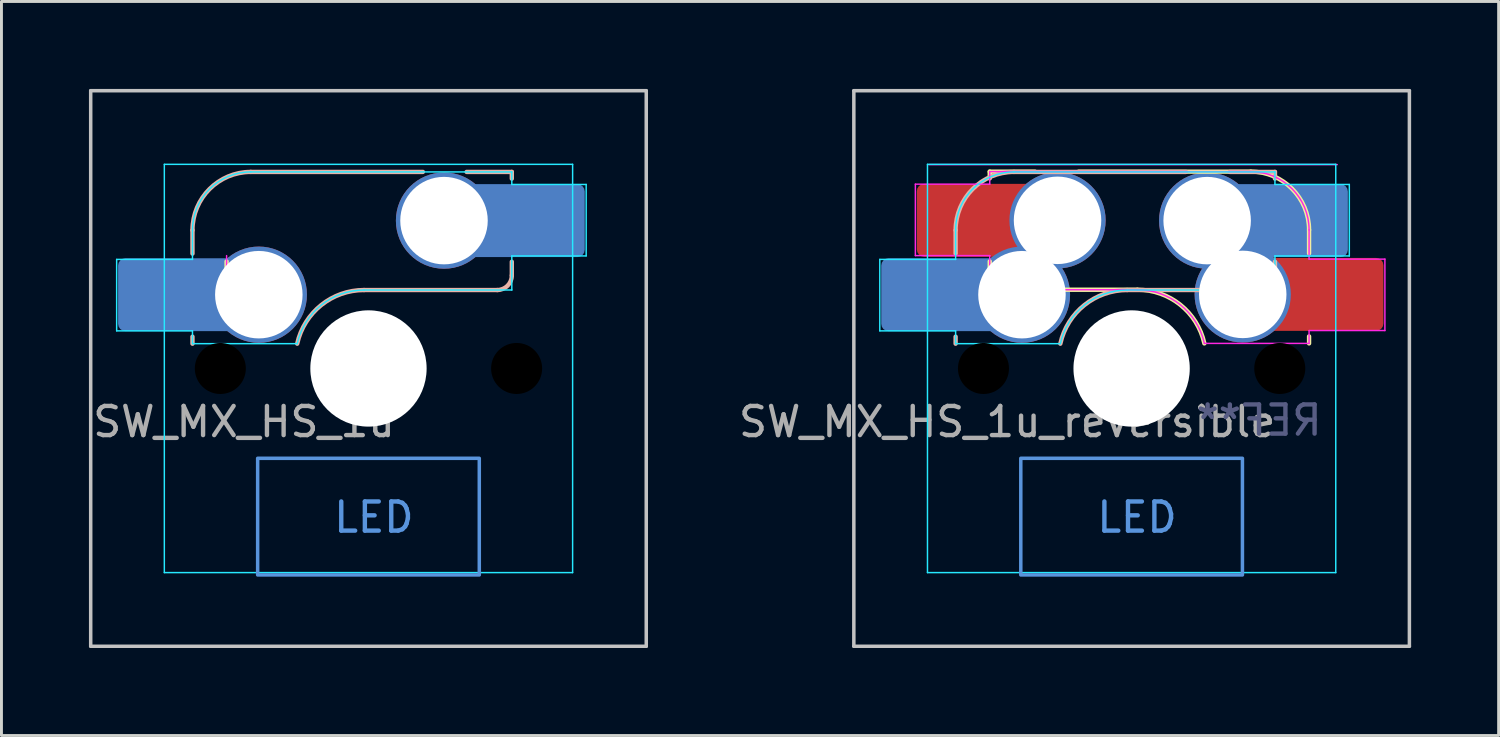
<source format=kicad_pcb>
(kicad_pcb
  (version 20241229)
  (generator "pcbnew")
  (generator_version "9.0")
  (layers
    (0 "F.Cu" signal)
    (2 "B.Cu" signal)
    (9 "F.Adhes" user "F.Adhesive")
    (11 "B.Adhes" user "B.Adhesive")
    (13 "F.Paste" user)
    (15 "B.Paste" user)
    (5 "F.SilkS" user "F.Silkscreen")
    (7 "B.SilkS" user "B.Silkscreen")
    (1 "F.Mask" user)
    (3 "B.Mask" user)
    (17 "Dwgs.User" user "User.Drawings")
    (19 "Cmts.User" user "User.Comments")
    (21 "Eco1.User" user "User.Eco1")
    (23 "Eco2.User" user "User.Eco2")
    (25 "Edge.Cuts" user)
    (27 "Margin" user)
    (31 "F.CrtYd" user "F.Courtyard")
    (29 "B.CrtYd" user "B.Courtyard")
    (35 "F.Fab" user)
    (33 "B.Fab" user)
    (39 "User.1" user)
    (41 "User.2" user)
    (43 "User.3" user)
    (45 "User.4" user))
  (footprint "SW_MX_HS_1u"
    (layer "F.Cu")
    (at 9.585 9.585)
    (property "Reference" "SW_MX_HS_1u" (at -4.267 1.829 0) (layer "F.Fab") (effects (font (size 1 1) (thickness 0.15))))
    (attr smd)
    (fp_line (start -4.865 -3.67) (end -4.865 -3.2) (stroke (width 0.15) (type solid)) (layer "F.SilkS"))
    (fp_arc (start -4.364824 -2.70022) (mid -4.718377 -2.846667) (end -4.864824 -3.20022) (stroke (width 0.15) (type solid)) (layer "F.SilkS"))
    (fp_line (start -6.035 -3.94) (end -6.035 -4.74) (stroke (width 0.15) (type solid)) (layer "B.SilkS"))
    (fp_line (start -6.035 -1.09) (end -6.035 -0.85) (stroke (width 0.15) (type solid)) (layer "B.SilkS"))
    (fp_line (start -4.035 -6.74) (end 1.865 -6.74) (stroke (width 0.15) (type solid)) (layer "B.SilkS"))
    (fp_line (start 3.365 -6.74) (end 4.915 -6.74) (stroke (width 0.15) (type solid)) (layer "B.SilkS"))
    (fp_line (start 4.415 -2.69) (end -0.15 -2.69) (stroke (width 0.15) (type solid)) (layer "B.SilkS"))
    (fp_line (start 4.915 -6.74) (end 4.915 -6.51) (stroke (width 0.15) (type solid)) (layer "B.SilkS"))
    (fp_line (start 4.915 -3.66) (end 4.915 -3.19) (stroke (width 0.15) (type solid)) (layer "B.SilkS"))
    (fp_arc (start -6.035 -4.74) (mid -5.449216 -6.154216) (end -4.035 -6.74) (stroke (width 0.15) (type solid)) (layer "B.SilkS"))
    (fp_arc (start -2.444146 -0.85) (mid -1.620517 -2.173417) (end -0.149824 -2.69) (stroke (width 0.15) (type solid)) (layer "B.SilkS"))
    (fp_arc (start 4.915 -3.19) (mid 4.768553 -2.836447) (end 4.415 -2.69) (stroke (width 0.15) (type solid)) (layer "B.SilkS"))
    (fp_line (start -9.525 -9.525) (end 9.525 -9.525) (stroke (width 0.12) (type solid)) (layer "Dwgs.User"))
    (fp_line (start -9.525 9.525) (end -9.525 -9.525) (stroke (width 0.12) (type solid)) (layer "Dwgs.User"))
    (fp_line (start 9.525 -9.525) (end 9.525 9.525) (stroke (width 0.12) (type solid)) (layer "Dwgs.User"))
    (fp_line (start 9.525 9.525) (end -9.525 9.525) (stroke (width 0.12) (type solid)) (layer "Dwgs.User"))
    (fp_rect (start -3.8 3.08) (end 3.8 7.08) (stroke (width 0.12) (type default)) (fill no) (layer "Cmts.User"))
    (fp_line (start -7 -6.5) (end -7 6.5) (stroke (width 0.05) (type solid)) (layer "Eco2.User"))
    (fp_line (start -6.5 7) (end 6.5 7) (stroke (width 0.05) (type solid)) (layer "Eco2.User"))
    (fp_line (start -6.45 -6.99) (end 6.55 -6.99) (stroke (width 0.05) (type solid)) (layer "Eco2.User"))
    (fp_line (start 6.5 -7) (end -6.5 -7) (stroke (width 0.05) (type solid)) (layer "Eco2.User"))
    (fp_line (start 7 6.5) (end 7 -6.5) (stroke (width 0.05) (type solid)) (layer "Eco2.User"))
    (fp_arc (start -7 -6.5) (mid -6.853553 -6.853553) (end -6.5 -7) (stroke (width 0.05) (type solid)) (layer "Eco2.User"))
    (fp_arc (start -6.949824 -6.48978) (mid -6.803377 -6.843333) (end -6.449824 -6.98978) (stroke (width 0.05) (type solid)) (layer "Eco2.User"))
    (fp_arc (start -6.497236 6.998884) (mid -6.850789 6.852437) (end -6.997236 6.498884) (stroke (width 0.05) (type solid)) (layer "Eco2.User"))
    (fp_arc (start 6.5 -7) (mid 6.853553 -6.853553) (end 7 -6.5) (stroke (width 0.05) (type solid)) (layer "Eco2.User"))
    (fp_arc (start 6.550176 -6.98978) (mid 6.903729 -6.843333) (end 7.050176 -6.48978) (stroke (width 0.05) (type solid)) (layer "Eco2.User"))
    (fp_arc (start 7 6.5) (mid 6.853553 6.853553) (end 6.5 7) (stroke (width 0.05) (type solid)) (layer "Eco2.User"))
    (fp_line (start -8.635 -3.74) (end -8.635 -1.29) (stroke (width 0.05) (type solid)) (layer "B.CrtYd"))
    (fp_line (start -8.635 -1.29) (end -6.035 -1.29) (stroke (width 0.05) (type solid)) (layer "B.CrtYd"))
    (fp_line (start -7 -7) (end 7 -7) (stroke (width 0.05) (type solid)) (layer "B.CrtYd"))
    (fp_line (start -7 7) (end -7 -7) (stroke (width 0.05) (type solid)) (layer "B.CrtYd"))
    (fp_line (start -6.035 -3.74) (end -8.635 -3.74) (stroke (width 0.05) (type solid)) (layer "B.CrtYd"))
    (fp_line (start -6.035 -3.74) (end -6.035 -4.74) (stroke (width 0.05) (type solid)) (layer "B.CrtYd"))
    (fp_line (start -6.035 -1.29) (end -6.035 -0.85) (stroke (width 0.05) (type solid)) (layer "B.CrtYd"))
    (fp_line (start -6.035 -0.85) (end -2.444 -0.85) (stroke (width 0.05) (type solid)) (layer "B.CrtYd"))
    (fp_line (start -4.035 -6.74) (end 4.915 -6.74) (stroke (width 0.05) (type solid)) (layer "B.CrtYd"))
    (fp_line (start 4.915 -6.74) (end 4.915 -6.31) (stroke (width 0.05) (type solid)) (layer "B.CrtYd"))
    (fp_line (start 4.915 -3.86) (end 4.915 -2.69) (stroke (width 0.05) (type solid)) (layer "B.CrtYd"))
    (fp_line (start 4.915 -3.86) (end 7.465 -3.86) (stroke (width 0.05) (type solid)) (layer "B.CrtYd"))
    (fp_line (start 4.915 -2.69) (end -0.15 -2.69) (stroke (width 0.05) (type solid)) (layer "B.CrtYd"))
    (fp_line (start 7 -7) (end 7 7) (stroke (width 0.05) (type solid)) (layer "B.CrtYd"))
    (fp_line (start 7 7) (end -7 7) (stroke (width 0.05) (type solid)) (layer "B.CrtYd"))
    (fp_line (start 7.465 -6.31) (end 4.915 -6.31) (stroke (width 0.05) (type solid)) (layer "B.CrtYd"))
    (fp_line (start 7.465 -3.86) (end 7.465 -6.31) (stroke (width 0.05) (type solid)) (layer "B.CrtYd"))
    (fp_arc (start -6.035 -4.74) (mid -5.449216 -6.154216) (end -4.035 -6.74) (stroke (width 0.05) (type solid)) (layer "B.CrtYd"))
    (fp_arc (start -2.444146 -0.85) (mid -1.620326 -2.173179) (end -0.149824 -2.69) (stroke (width 0.05) (type solid)) (layer "B.CrtYd"))
    (fp_line (start -4.865 -3.87) (end -4.865 -2.7) (stroke (width 0.05) (type solid)) (layer "F.CrtYd"))
    (fp_text user "LED" (at -1.27 5.69 0) (unlocked yes) (layer "Cmts.User") (effects (font (size 1 1) (thickness 0.15)) (justify left bottom)))
    (pad "" np_thru_hole circle (at -5.08 0) (size 1.75 1.75) (drill 1.75) (layers "*.Mask"))
    (pad "" np_thru_hole circle (at 0 0) (size 3.988 3.988) (drill 3.988) (layers "*.Cu" "*.Mask"))
    (pad "" np_thru_hole circle (at 5.08 0) (size 1.75 1.75) (drill 1.75) (layers "*.Mask"))
    (pad "1" thru_hole circle (at 2.59 -5.07) (size 3.3 3.3) (drill 3) (layers "*.Cu" "*.Mask"))
    (pad "1" smd roundrect (at 5.315 -5.07) (size 4.2 2.5) (layers "B.Cu" "B.Mask" "B.Paste") (roundrect_rratio 0.1))
    (pad "2" smd roundrect (at -6.485 -2.53) (size 4.2 2.5) (layers "B.Cu" "B.Mask" "B.Paste") (roundrect_rratio 0.1))
    (pad "2" thru_hole circle (at -3.76 -2.53) (size 3.3 3.3) (drill 3) (layers "*.Cu" "*.Mask")))
  (footprint "SW_MX_HS_1u_reversible"
    (layer "F.Cu")
    (at 35.753 9.585)
    (property "Reference" "SW_MX_HS_1u_reversible" (at -4.267 1.829 0) (layer "F.Fab") (effects (font (size 1 1) (thickness 0.15))))
    (attr smd)
    (fp_line (start -4.865 -6.75) (end -4.865 -6.52) (stroke (width 0.15) (type solid)) (layer "F.SilkS"))
    (fp_line (start -4.865 -3.67) (end -4.865 -3.2) (stroke (width 0.15) (type solid)) (layer "F.SilkS"))
    (fp_line (start -4.365 -2.7) (end 0.2 -2.7) (stroke (width 0.15) (type solid)) (layer "F.SilkS"))
    (fp_line (start -3.315 -6.75) (end -4.865 -6.75) (stroke (width 0.15) (type solid)) (layer "F.SilkS"))
    (fp_line (start 4.085 -6.75) (end -1.815 -6.75) (stroke (width 0.15) (type solid)) (layer "F.SilkS"))
    (fp_line (start 6.085 -3.95) (end 6.085 -4.75) (stroke (width 0.15) (type solid)) (layer "F.SilkS"))
    (fp_line (start 6.085 -1.1) (end 6.085 -0.86) (stroke (width 0.15) (type solid)) (layer "F.SilkS"))
    (fp_arc (start -4.364824 -2.70022) (mid -4.718377 -2.846667) (end -4.864824 -3.20022) (stroke (width 0.15) (type solid)) (layer "F.SilkS"))
    (fp_arc (start 0.2 -2.70022) (mid 1.670693 -2.183637) (end 2.494322 -0.86022) (stroke (width 0.15) (type solid)) (layer "F.SilkS"))
    (fp_arc (start 4.085176 -6.75022) (mid 5.49939 -6.164434) (end 6.085176 -4.75022) (stroke (width 0.15) (type solid)) (layer "F.SilkS"))
    (fp_line (start -6.035 -3.94) (end -6.035 -4.74) (stroke (width 0.15) (type solid)) (layer "B.SilkS"))
    (fp_line (start -6.035 -1.09) (end -6.035 -0.85) (stroke (width 0.15) (type solid)) (layer "B.SilkS"))
    (fp_line (start -4.035 -6.74) (end 1.865 -6.74) (stroke (width 0.15) (type solid)) (layer "B.SilkS"))
    (fp_line (start 3.365 -6.74) (end 4.915 -6.74) (stroke (width 0.15) (type solid)) (layer "B.SilkS"))
    (fp_line (start 4.415 -2.69) (end -0.15 -2.69) (stroke (width 0.15) (type solid)) (layer "B.SilkS"))
    (fp_line (start 4.915 -6.74) (end 4.915 -6.51) (stroke (width 0.15) (type solid)) (layer "B.SilkS"))
    (fp_line (start 4.915 -3.66) (end 4.915 -3.19) (stroke (width 0.15) (type solid)) (layer "B.SilkS"))
    (fp_arc (start -6.035 -4.74) (mid -5.449216 -6.154216) (end -4.035 -6.74) (stroke (width 0.15) (type solid)) (layer "B.SilkS"))
    (fp_arc (start -2.444146 -0.85) (mid -1.620517 -2.173417) (end -0.149824 -2.69) (stroke (width 0.15) (type solid)) (layer "B.SilkS"))
    (fp_arc (start 4.915 -3.19) (mid 4.768553 -2.836447) (end 4.415 -2.69) (stroke (width 0.15) (type solid)) (layer "B.SilkS"))
    (fp_line (start -9.525 -9.525) (end 9.525 -9.525) (stroke (width 0.12) (type solid)) (layer "Dwgs.User"))
    (fp_line (start -9.525 9.525) (end -9.525 -9.525) (stroke (width 0.12) (type solid)) (layer "Dwgs.User"))
    (fp_line (start 9.525 -9.525) (end 9.525 9.525) (stroke (width 0.12) (type solid)) (layer "Dwgs.User"))
    (fp_line (start 9.525 9.525) (end -9.525 9.525) (stroke (width 0.12) (type solid)) (layer "Dwgs.User"))
    (fp_rect (start -3.8 3.08) (end 3.8 7.08) (stroke (width 0.12) (type default)) (fill no) (layer "Cmts.User"))
    (fp_rect (start -7 -7) (end 7 7) (stroke (width 0.12) (type default)) (fill no) (layer "Eco1.User"))
    (fp_line (start -7 -6.5) (end -7 6.5) (stroke (width 0.05) (type solid)) (layer "Eco2.User"))
    (fp_line (start -6.5 7) (end 6.5 7) (stroke (width 0.05) (type solid)) (layer "Eco2.User"))
    (fp_line (start -6.45 -6.99) (end 6.55 -6.99) (stroke (width 0.05) (type solid)) (layer "Eco2.User"))
    (fp_line (start 6.5 -7) (end -6.5 -7) (stroke (width 0.05) (type solid)) (layer "Eco2.User"))
    (fp_line (start 7 6.5) (end 7 -6.5) (stroke (width 0.05) (type solid)) (layer "Eco2.User"))
    (fp_arc (start -7 -6.5) (mid -6.853553 -6.853553) (end -6.5 -7) (stroke (width 0.05) (type solid)) (layer "Eco2.User"))
    (fp_arc (start -6.949824 -6.48978) (mid -6.803377 -6.843333) (end -6.449824 -6.98978) (stroke (width 0.05) (type solid)) (layer "Eco2.User"))
    (fp_arc (start -6.497236 6.998884) (mid -6.850789 6.852437) (end -6.997236 6.498884) (stroke (width 0.05) (type solid)) (layer "Eco2.User"))
    (fp_arc (start 6.5 -7) (mid 6.853553 -6.853553) (end 7 -6.5) (stroke (width 0.05) (type solid)) (layer "Eco2.User"))
    (fp_arc (start 6.550176 -6.98978) (mid 6.903729 -6.843333) (end 7.050176 -6.48978) (stroke (width 0.05) (type solid)) (layer "Eco2.User"))
    (fp_arc (start 7 6.5) (mid 6.853553 6.853553) (end 6.5 7) (stroke (width 0.05) (type solid)) (layer "Eco2.User"))
    (fp_line (start -8.635 -3.74) (end -8.635 -1.29) (stroke (width 0.05) (type solid)) (layer "B.CrtYd"))
    (fp_line (start -8.635 -1.29) (end -6.035 -1.29) (stroke (width 0.05) (type solid)) (layer "B.CrtYd"))
    (fp_line (start -7 -7) (end 7 -7) (stroke (width 0.05) (type solid)) (layer "B.CrtYd"))
    (fp_line (start -7 7) (end -7 -7) (stroke (width 0.05) (type solid)) (layer "B.CrtYd"))
    (fp_line (start -6.035 -3.74) (end -8.635 -3.74) (stroke (width 0.05) (type solid)) (layer "B.CrtYd"))
    (fp_line (start -6.035 -3.74) (end -6.035 -4.74) (stroke (width 0.05) (type solid)) (layer "B.CrtYd"))
    (fp_line (start -6.035 -1.29) (end -6.035 -0.85) (stroke (width 0.05) (type solid)) (layer "B.CrtYd"))
    (fp_line (start -6.035 -0.85) (end -2.444 -0.85) (stroke (width 0.05) (type solid)) (layer "B.CrtYd"))
    (fp_line (start -4.035 -6.74) (end 4.915 -6.74) (stroke (width 0.05) (type solid)) (layer "B.CrtYd"))
    (fp_line (start 4.915 -6.74) (end 4.915 -6.31) (stroke (width 0.05) (type solid)) (layer "B.CrtYd"))
    (fp_line (start 4.915 -3.86) (end 4.915 -2.69) (stroke (width 0.05) (type solid)) (layer "B.CrtYd"))
    (fp_line (start 4.915 -3.86) (end 7.465 -3.86) (stroke (width 0.05) (type solid)) (layer "B.CrtYd"))
    (fp_line (start 4.915 -2.69) (end -0.15 -2.69) (stroke (width 0.05) (type solid)) (layer "B.CrtYd"))
    (fp_line (start 7 -7) (end 7 7) (stroke (width 0.05) (type solid)) (layer "B.CrtYd"))
    (fp_line (start 7 7) (end -7 7) (stroke (width 0.05) (type solid)) (layer "B.CrtYd"))
    (fp_line (start 7.465 -6.31) (end 4.915 -6.31) (stroke (width 0.05) (type solid)) (layer "B.CrtYd"))
    (fp_line (start 7.465 -3.86) (end 7.465 -6.31) (stroke (width 0.05) (type solid)) (layer "B.CrtYd"))
    (fp_arc (start -6.035 -4.74) (mid -5.449216 -6.154216) (end -4.035 -6.74) (stroke (width 0.05) (type solid)) (layer "B.CrtYd"))
    (fp_arc (start -2.444146 -0.85) (mid -1.620326 -2.173179) (end -0.149824 -2.69) (stroke (width 0.05) (type solid)) (layer "B.CrtYd"))
    (fp_line (start -7.415 -6.32) (end -4.865 -6.32) (stroke (width 0.05) (type solid)) (layer "F.CrtYd"))
    (fp_line (start -7.415 -3.87) (end -7.415 -6.32) (stroke (width 0.05) (type solid)) (layer "F.CrtYd"))
    (fp_line (start -4.865 -6.75) (end -4.865 -6.32) (stroke (width 0.05) (type solid)) (layer "F.CrtYd"))
    (fp_line (start -4.865 -3.87) (end -7.415 -3.87) (stroke (width 0.05) (type solid)) (layer "F.CrtYd"))
    (fp_line (start -4.865 -3.87) (end -4.865 -2.7) (stroke (width 0.05) (type solid)) (layer "F.CrtYd"))
    (fp_line (start -4.865 -2.7) (end 0.2 -2.7) (stroke (width 0.05) (type solid)) (layer "F.CrtYd"))
    (fp_line (start 4.085 -6.75) (end -4.865 -6.75) (stroke (width 0.05) (type solid)) (layer "F.CrtYd"))
    (fp_line (start 6.085 -3.75) (end 6.085 -4.75) (stroke (width 0.05) (type solid)) (layer "F.CrtYd"))
    (fp_line (start 6.085 -3.75) (end 8.685 -3.75) (stroke (width 0.05) (type solid)) (layer "F.CrtYd"))
    (fp_line (start 6.085 -1.3) (end 6.085 -0.86) (stroke (width 0.05) (type solid)) (layer "F.CrtYd"))
    (fp_line (start 6.085 -0.86) (end 2.494 -0.86) (stroke (width 0.05) (type solid)) (layer "F.CrtYd"))
    (fp_line (start 7.05 -6.99) (end -6.95 -6.99) (stroke (width 0.05) (type solid)) (layer "F.CrtYd"))
    (fp_line (start 8.685 -3.75) (end 8.685 -1.3) (stroke (width 0.05) (type solid)) (layer "F.CrtYd"))
    (fp_line (start 8.685 -1.3) (end 6.085 -1.3) (stroke (width 0.05) (type solid)) (layer "F.CrtYd"))
    (fp_arc (start 0.2 -2.70022) (mid 1.670503 -2.183399) (end 2.494322 -0.86022) (stroke (width 0.05) (type solid)) (layer "F.CrtYd"))
    (fp_arc (start 4.085176 -6.75022) (mid 5.49939 -6.164434) (end 6.085176 -4.75022) (stroke (width 0.05) (type solid)) (layer "F.CrtYd"))
    (fp_text user "LED" (at -1.27 5.69 0) (unlocked yes) (layer "Cmts.User") (effects (font (size 1 1) (thickness 0.15)) (justify left bottom)))
    (fp_text user "REF**" (at 4.369 1.778 0) (layer "B.Fab") (effects (font (size 1 1) (thickness 0.15)) (justify mirror)))
    (pad "" np_thru_hole circle (at -5.08 0) (size 1.75 1.75) (drill 1.75) (layers "*.Mask"))
    (pad "" np_thru_hole circle (at 0 0) (size 3.988 3.988) (drill 3.988) (layers "*.Cu" "*.Mask"))
    (pad "" np_thru_hole circle (at 5.08 0) (size 1.75 1.75) (drill 1.75) (layers "*.Mask"))
    (pad "1" thru_hole circle (at 2.59 -5.07) (size 3.3 3.3) (drill 3) (layers "*.Cu" "*.Mask"))
    (pad "1" thru_hole circle (at 3.81 -2.54) (size 3.3 3.3) (drill 3) (layers "*.Cu" "*.Mask"))
    (pad "1" smd roundrect (at 5.315 -5.07) (size 4.2 2.5) (layers "B.Cu" "B.Mask" "B.Paste") (roundrect_rratio 0.1))
    (pad "1" smd roundrect (at 6.535 -2.54) (size 4.2 2.5) (layers "F.Cu" "F.Mask" "F.Paste") (roundrect_rratio 0.1))
    (pad "2" smd roundrect (at -6.485 -2.53) (size 4.2 2.5) (layers "B.Cu" "B.Mask" "B.Paste") (roundrect_rratio 0.1))
    (pad "2" smd roundrect (at -5.265 -5.08) (size 4.2 2.5) (layers "F.Cu" "F.Mask" "F.Paste") (roundrect_rratio 0.1))
    (pad "2" thru_hole circle (at -3.76 -2.53) (size 3.3 3.3) (drill 3) (layers "*.Cu" "*.Mask"))
    (pad "2" thru_hole circle (at -2.54 -5.08) (size 3.3 3.3) (drill 3) (layers "*.Cu" "*.Mask")))
  (gr_rect
    (start -3 -3)
    (end 48.338 22.17)
    (stroke (width 0.1) (type default))
    (fill no)
    (layer "Edge.Cuts")))
</source>
